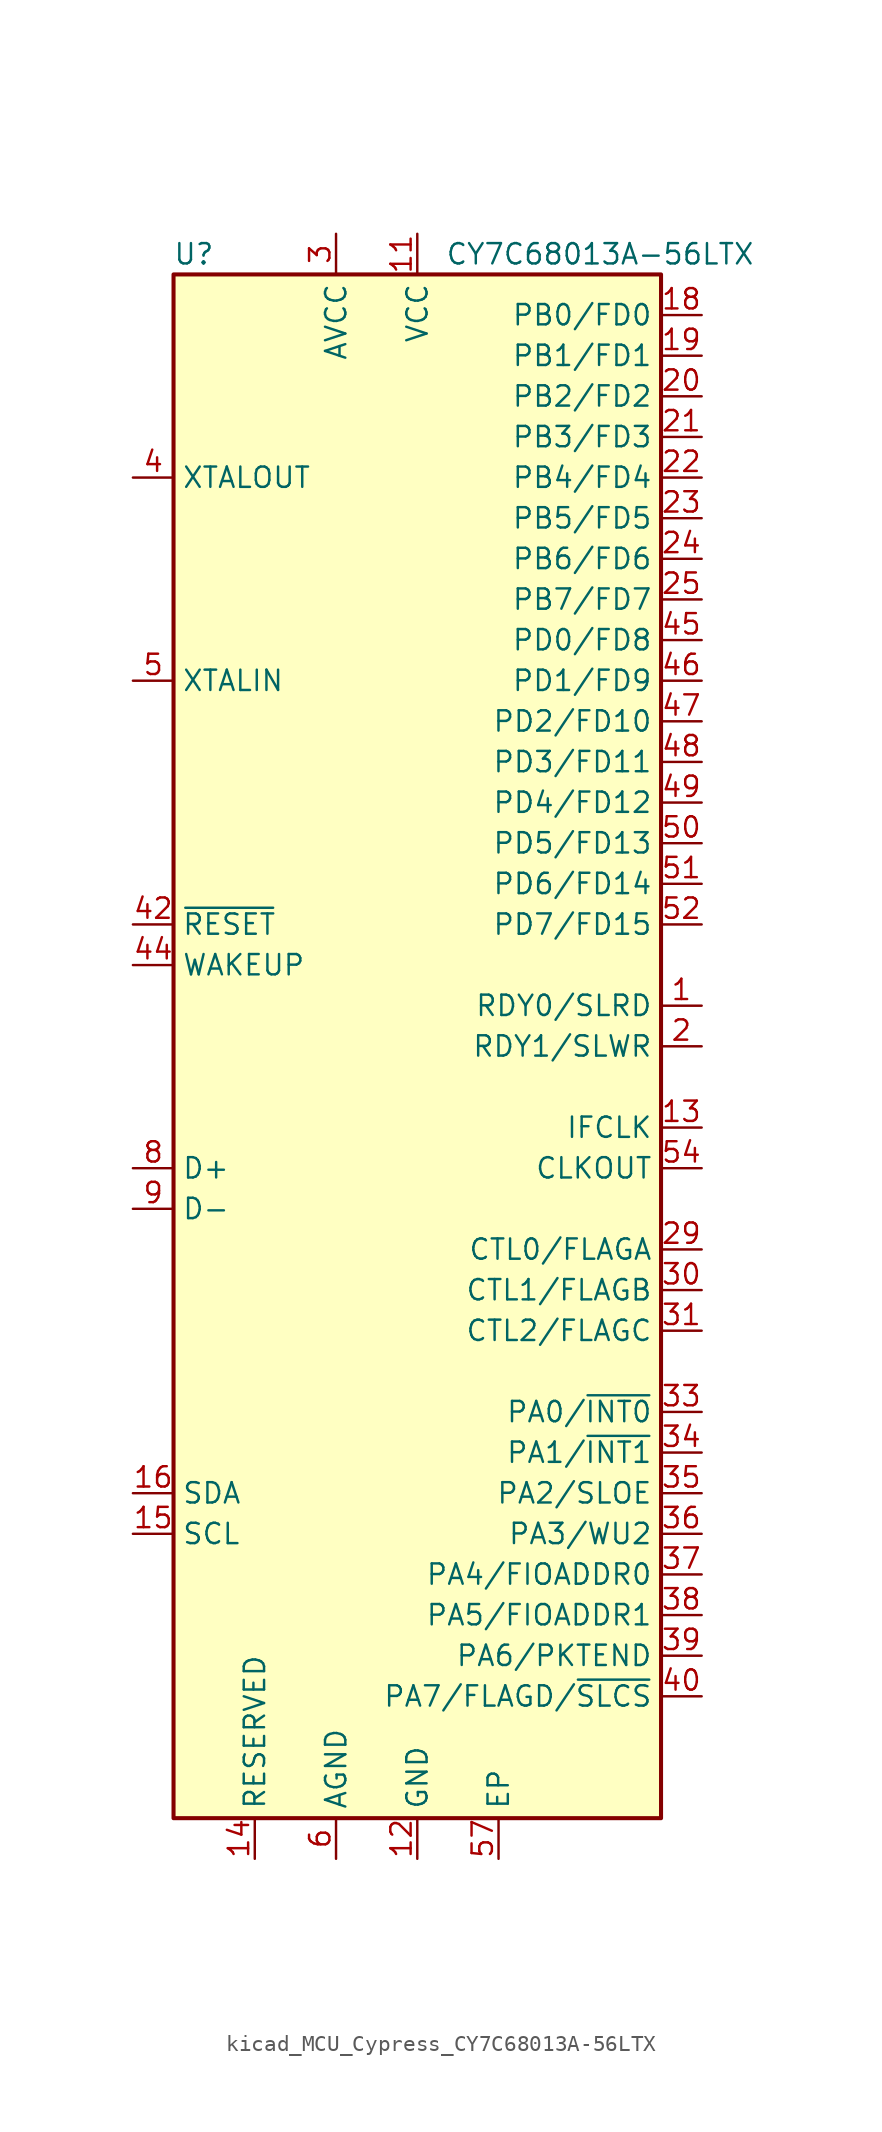
<source format=kicad_sym>
(kicad_symbol_lib
  (version 20220914)
  (generator kicad_symbol_editor)
  (symbol "kicad_MCU_Cypress_CY7C68013A-56LTX"
    (property "Reference" "U"
      (at -13.97 49.53 0)
      (effects (font (size 1.27 1.27))))
    (property "Value" "CY7C68013A-56LTX"
      (at 11.43 49.53 0)
      (effects (font (size 1.27 1.27))))
    (symbol "kicad_MCU_Cypress_CY7C68013A-56LTX_0_1"
      (rectangle (start -15.24 48.26) (end 15.24 -48.26) (stroke (width 0.254) (type default)) (fill (type background))))
    (symbol "kicad_MCU_Cypress_CY7C68013A-56LTX_1_1"
      (pin input line (at 17.78 2.54 180) (length 2.54) (name "RDY0/SLRD" (effects (font (size 1.27 1.27)))) (number "1" (effects (font (size 1.27 1.27)))))
      (pin passive line (at -5.08 -50.8 90) (length 2.54) hide (name "AGND" (effects (font (size 1.27 1.27)))) (number "10" (effects (font (size 1.27 1.27)))))
      (pin power_in line (at 0 50.8 270) (length 2.54) (name "VCC" (effects (font (size 1.27 1.27)))) (number "11" (effects (font (size 1.27 1.27)))))
      (pin power_in line (at 0 -50.8 90) (length 2.54) (name "GND" (effects (font (size 1.27 1.27)))) (number "12" (effects (font (size 1.27 1.27)))))
      (pin bidirectional line (at 17.78 -5.08 180) (length 2.54) (name "IFCLK" (effects (font (size 1.27 1.27)))) (number "13" (effects (font (size 1.27 1.27)))))
      (pin input line (at -10.16 -50.8 90) (length 2.54) (name "RESERVED" (effects (font (size 1.27 1.27)))) (number "14" (effects (font (size 1.27 1.27)))))
      (pin input line (at -17.78 -30.48 0) (length 2.54) (name "SCL" (effects (font (size 1.27 1.27)))) (number "15" (effects (font (size 1.27 1.27)))))
      (pin bidirectional line (at -17.78 -27.94 0) (length 2.54) (name "SDA" (effects (font (size 1.27 1.27)))) (number "16" (effects (font (size 1.27 1.27)))))
      (pin passive line (at 0 50.8 270) (length 2.54) hide (name "VCC" (effects (font (size 1.27 1.27)))) (number "17" (effects (font (size 1.27 1.27)))))
      (pin bidirectional line (at 17.78 45.72 180) (length 2.54) (name "PB0/FD0" (effects (font (size 1.27 1.27)))) (number "18" (effects (font (size 1.27 1.27)))))
      (pin bidirectional line (at 17.78 43.18 180) (length 2.54) (name "PB1/FD1" (effects (font (size 1.27 1.27)))) (number "19" (effects (font (size 1.27 1.27)))))
      (pin input line (at 17.78 0 180) (length 2.54) (name "RDY1/SLWR" (effects (font (size 1.27 1.27)))) (number "2" (effects (font (size 1.27 1.27)))))
      (pin bidirectional line (at 17.78 40.64 180) (length 2.54) (name "PB2/FD2" (effects (font (size 1.27 1.27)))) (number "20" (effects (font (size 1.27 1.27)))))
      (pin bidirectional line (at 17.78 38.1 180) (length 2.54) (name "PB3/FD3" (effects (font (size 1.27 1.27)))) (number "21" (effects (font (size 1.27 1.27)))))
      (pin bidirectional line (at 17.78 35.56 180) (length 2.54) (name "PB4/FD4" (effects (font (size 1.27 1.27)))) (number "22" (effects (font (size 1.27 1.27)))))
      (pin bidirectional line (at 17.78 33.02 180) (length 2.54) (name "PB5/FD5" (effects (font (size 1.27 1.27)))) (number "23" (effects (font (size 1.27 1.27)))))
      (pin bidirectional line (at 17.78 30.48 180) (length 2.54) (name "PB6/FD6" (effects (font (size 1.27 1.27)))) (number "24" (effects (font (size 1.27 1.27)))))
      (pin bidirectional line (at 17.78 27.94 180) (length 2.54) (name "PB7/FD7" (effects (font (size 1.27 1.27)))) (number "25" (effects (font (size 1.27 1.27)))))
      (pin passive line (at 0 -50.8 90) (length 2.54) hide (name "GND" (effects (font (size 1.27 1.27)))) (number "26" (effects (font (size 1.27 1.27)))))
      (pin passive line (at 0 50.8 270) (length 2.54) hide (name "VCC" (effects (font (size 1.27 1.27)))) (number "27" (effects (font (size 1.27 1.27)))))
      (pin passive line (at 0 -50.8 90) (length 2.54) hide (name "GND" (effects (font (size 1.27 1.27)))) (number "28" (effects (font (size 1.27 1.27)))))
      (pin output line (at 17.78 -12.7 180) (length 2.54) (name "CTL0/FLAGA" (effects (font (size 1.27 1.27)))) (number "29" (effects (font (size 1.27 1.27)))))
      (pin power_in line (at -5.08 50.8 270) (length 2.54) (name "AVCC" (effects (font (size 1.27 1.27)))) (number "3" (effects (font (size 1.27 1.27)))))
      (pin output line (at 17.78 -15.24 180) (length 2.54) (name "CTL1/FLAGB" (effects (font (size 1.27 1.27)))) (number "30" (effects (font (size 1.27 1.27)))))
      (pin output line (at 17.78 -17.78 180) (length 2.54) (name "CTL2/FLAGC" (effects (font (size 1.27 1.27)))) (number "31" (effects (font (size 1.27 1.27)))))
      (pin passive line (at 0 50.8 270) (length 2.54) hide (name "VCC" (effects (font (size 1.27 1.27)))) (number "32" (effects (font (size 1.27 1.27)))))
      (pin bidirectional line (at 17.78 -22.86 180) (length 2.54) (name "PA0/~{INT0}" (effects (font (size 1.27 1.27)))) (number "33" (effects (font (size 1.27 1.27)))))
      (pin bidirectional line (at 17.78 -25.4 180) (length 2.54) (name "PA1/~{INT1}" (effects (font (size 1.27 1.27)))) (number "34" (effects (font (size 1.27 1.27)))))
      (pin bidirectional line (at 17.78 -27.94 180) (length 2.54) (name "PA2/SLOE" (effects (font (size 1.27 1.27)))) (number "35" (effects (font (size 1.27 1.27)))))
      (pin bidirectional line (at 17.78 -30.48 180) (length 2.54) (name "PA3/WU2" (effects (font (size 1.27 1.27)))) (number "36" (effects (font (size 1.27 1.27)))))
      (pin bidirectional line (at 17.78 -33.02 180) (length 2.54) (name "PA4/FIOADDR0" (effects (font (size 1.27 1.27)))) (number "37" (effects (font (size 1.27 1.27)))))
      (pin bidirectional line (at 17.78 -35.56 180) (length 2.54) (name "PA5/FIOADDR1" (effects (font (size 1.27 1.27)))) (number "38" (effects (font (size 1.27 1.27)))))
      (pin bidirectional line (at 17.78 -38.1 180) (length 2.54) (name "PA6/PKTEND" (effects (font (size 1.27 1.27)))) (number "39" (effects (font (size 1.27 1.27)))))
      (pin output line (at -17.78 35.56 0) (length 2.54) (name "XTALOUT" (effects (font (size 1.27 1.27)))) (number "4" (effects (font (size 1.27 1.27)))))
      (pin bidirectional line (at 17.78 -40.64 180) (length 2.54) (name "PA7/FLAGD/~{SLCS}" (effects (font (size 1.27 1.27)))) (number "40" (effects (font (size 1.27 1.27)))))
      (pin passive line (at 0 -50.8 90) (length 2.54) hide (name "GND" (effects (font (size 1.27 1.27)))) (number "41" (effects (font (size 1.27 1.27)))))
      (pin input line (at -17.78 7.62 0) (length 2.54) (name "~{RESET}" (effects (font (size 1.27 1.27)))) (number "42" (effects (font (size 1.27 1.27)))))
      (pin passive line (at 0 50.8 270) (length 2.54) hide (name "VCC" (effects (font (size 1.27 1.27)))) (number "43" (effects (font (size 1.27 1.27)))))
      (pin input line (at -17.78 5.08 0) (length 2.54) (name "WAKEUP" (effects (font (size 1.27 1.27)))) (number "44" (effects (font (size 1.27 1.27)))))
      (pin bidirectional line (at 17.78 25.4 180) (length 2.54) (name "PD0/FD8" (effects (font (size 1.27 1.27)))) (number "45" (effects (font (size 1.27 1.27)))))
      (pin bidirectional line (at 17.78 22.86 180) (length 2.54) (name "PD1/FD9" (effects (font (size 1.27 1.27)))) (number "46" (effects (font (size 1.27 1.27)))))
      (pin bidirectional line (at 17.78 20.32 180) (length 2.54) (name "PD2/FD10" (effects (font (size 1.27 1.27)))) (number "47" (effects (font (size 1.27 1.27)))))
      (pin bidirectional line (at 17.78 17.78 180) (length 2.54) (name "PD3/FD11" (effects (font (size 1.27 1.27)))) (number "48" (effects (font (size 1.27 1.27)))))
      (pin bidirectional line (at 17.78 15.24 180) (length 2.54) (name "PD4/FD12" (effects (font (size 1.27 1.27)))) (number "49" (effects (font (size 1.27 1.27)))))
      (pin input line (at -17.78 22.86 0) (length 2.54) (name "XTALIN" (effects (font (size 1.27 1.27)))) (number "5" (effects (font (size 1.27 1.27)))))
      (pin bidirectional line (at 17.78 12.7 180) (length 2.54) (name "PD5/FD13" (effects (font (size 1.27 1.27)))) (number "50" (effects (font (size 1.27 1.27)))))
      (pin bidirectional line (at 17.78 10.16 180) (length 2.54) (name "PD6/FD14" (effects (font (size 1.27 1.27)))) (number "51" (effects (font (size 1.27 1.27)))))
      (pin bidirectional line (at 17.78 7.62 180) (length 2.54) (name "PD7/FD15" (effects (font (size 1.27 1.27)))) (number "52" (effects (font (size 1.27 1.27)))))
      (pin passive line (at 0 -50.8 90) (length 2.54) hide (name "GND" (effects (font (size 1.27 1.27)))) (number "53" (effects (font (size 1.27 1.27)))))
      (pin output line (at 17.78 -7.62 180) (length 2.54) (name "CLKOUT" (effects (font (size 1.27 1.27)))) (number "54" (effects (font (size 1.27 1.27)))))
      (pin passive line (at 0 50.8 270) (length 2.54) hide (name "VCC" (effects (font (size 1.27 1.27)))) (number "55" (effects (font (size 1.27 1.27)))))
      (pin passive line (at 0 -50.8 90) (length 2.54) hide (name "GND" (effects (font (size 1.27 1.27)))) (number "56" (effects (font (size 1.27 1.27)))))
      (pin input line (at 5.08 -50.8 90) (length 2.54) (name "EP" (effects (font (size 1.27 1.27)))) (number "57" (effects (font (size 1.27 1.27)))))
      (pin power_in line (at -5.08 -50.8 90) (length 2.54) (name "AGND" (effects (font (size 1.27 1.27)))) (number "6" (effects (font (size 1.27 1.27)))))
      (pin passive line (at -5.08 50.8 270) (length 2.54) hide (name "AVCC" (effects (font (size 1.27 1.27)))) (number "7" (effects (font (size 1.27 1.27)))))
      (pin bidirectional line (at -17.78 -7.62 0) (length 2.54) (name "D+" (effects (font (size 1.27 1.27)))) (number "8" (effects (font (size 1.27 1.27)))))
      (pin bidirectional line (at -17.78 -10.16 0) (length 2.54) (name "D-" (effects (font (size 1.27 1.27)))) (number "9" (effects (font (size 1.27 1.27))))))))
</source>
